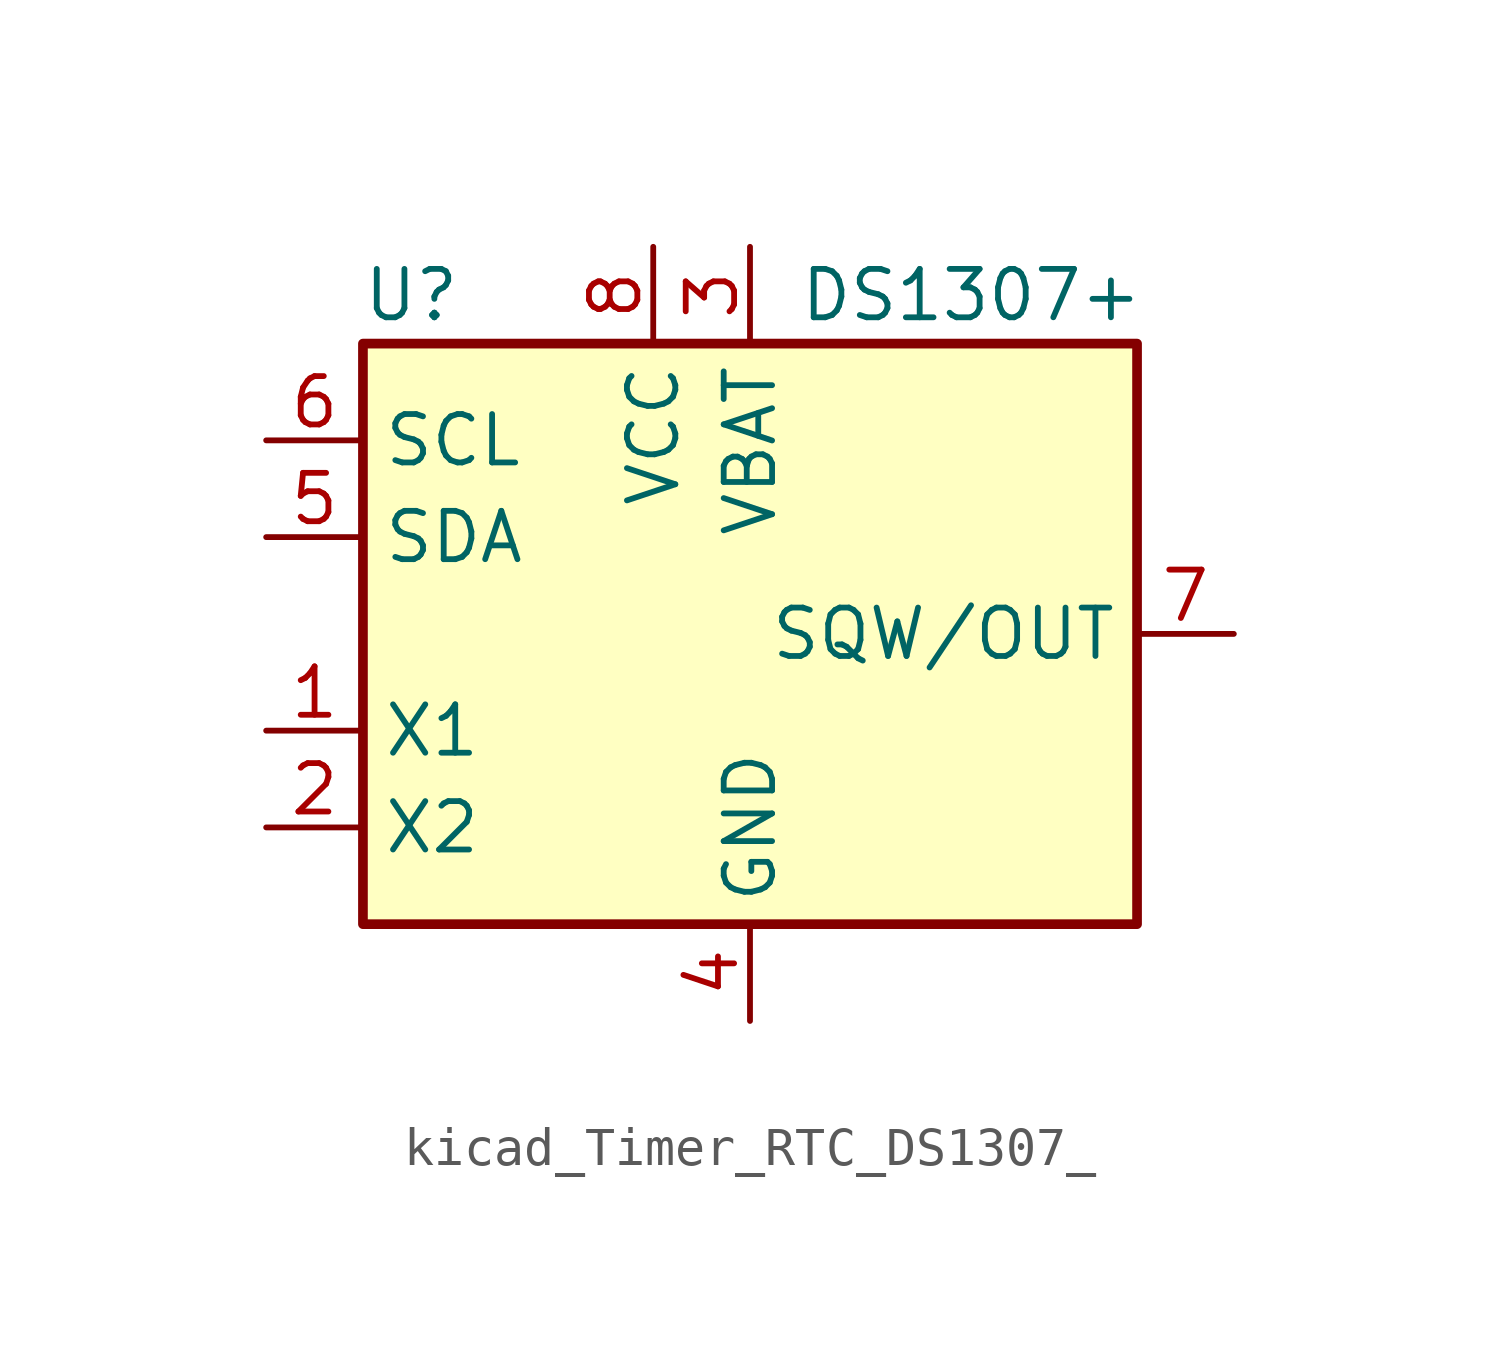
<source format=kicad_sym>
(kicad_symbol_lib
  (version 20220914)
  (generator kicad_symbol_editor)
  (symbol "kicad_Timer_RTC_DS1307_"
    (property "Reference" "U"
      (at -8.89 8.89 0)
      (effects (font (size 1.27 1.27))))
    (property "Value" "DS1307+"
      (at 1.27 8.89 0)
      (effects (font (size 1.27 1.27)) (justify left)))
    (symbol "kicad_Timer_RTC_DS1307__0_1"
      (rectangle (start -10.16 7.62) (end 10.16 -7.62) (stroke (width 0.254) (type default)) (fill (type background))))
    (symbol "kicad_Timer_RTC_DS1307__1_1"
      (pin input line (at -12.7 -2.54 0) (length 2.54) (name "X1" (effects (font (size 1.27 1.27)))) (number "1" (effects (font (size 1.27 1.27)))))
      (pin input line (at -12.7 -5.08 0) (length 2.54) (name "X2" (effects (font (size 1.27 1.27)))) (number "2" (effects (font (size 1.27 1.27)))))
      (pin power_in line (at 0 10.16 270) (length 2.54) (name "VBAT" (effects (font (size 1.27 1.27)))) (number "3" (effects (font (size 1.27 1.27)))))
      (pin power_in line (at 0 -10.16 90) (length 2.54) (name "GND" (effects (font (size 1.27 1.27)))) (number "4" (effects (font (size 1.27 1.27)))))
      (pin bidirectional line (at -12.7 2.54 0) (length 2.54) (name "SDA" (effects (font (size 1.27 1.27)))) (number "5" (effects (font (size 1.27 1.27)))))
      (pin input line (at -12.7 5.08 0) (length 2.54) (name "SCL" (effects (font (size 1.27 1.27)))) (number "6" (effects (font (size 1.27 1.27)))))
      (pin open_collector line (at 12.7 0 180) (length 2.54) (name "SQW/OUT" (effects (font (size 1.27 1.27)))) (number "7" (effects (font (size 1.27 1.27)))))
      (pin power_in line (at -2.54 10.16 270) (length 2.54) (name "VCC" (effects (font (size 1.27 1.27)))) (number "8" (effects (font (size 1.27 1.27))))))))
</source>
